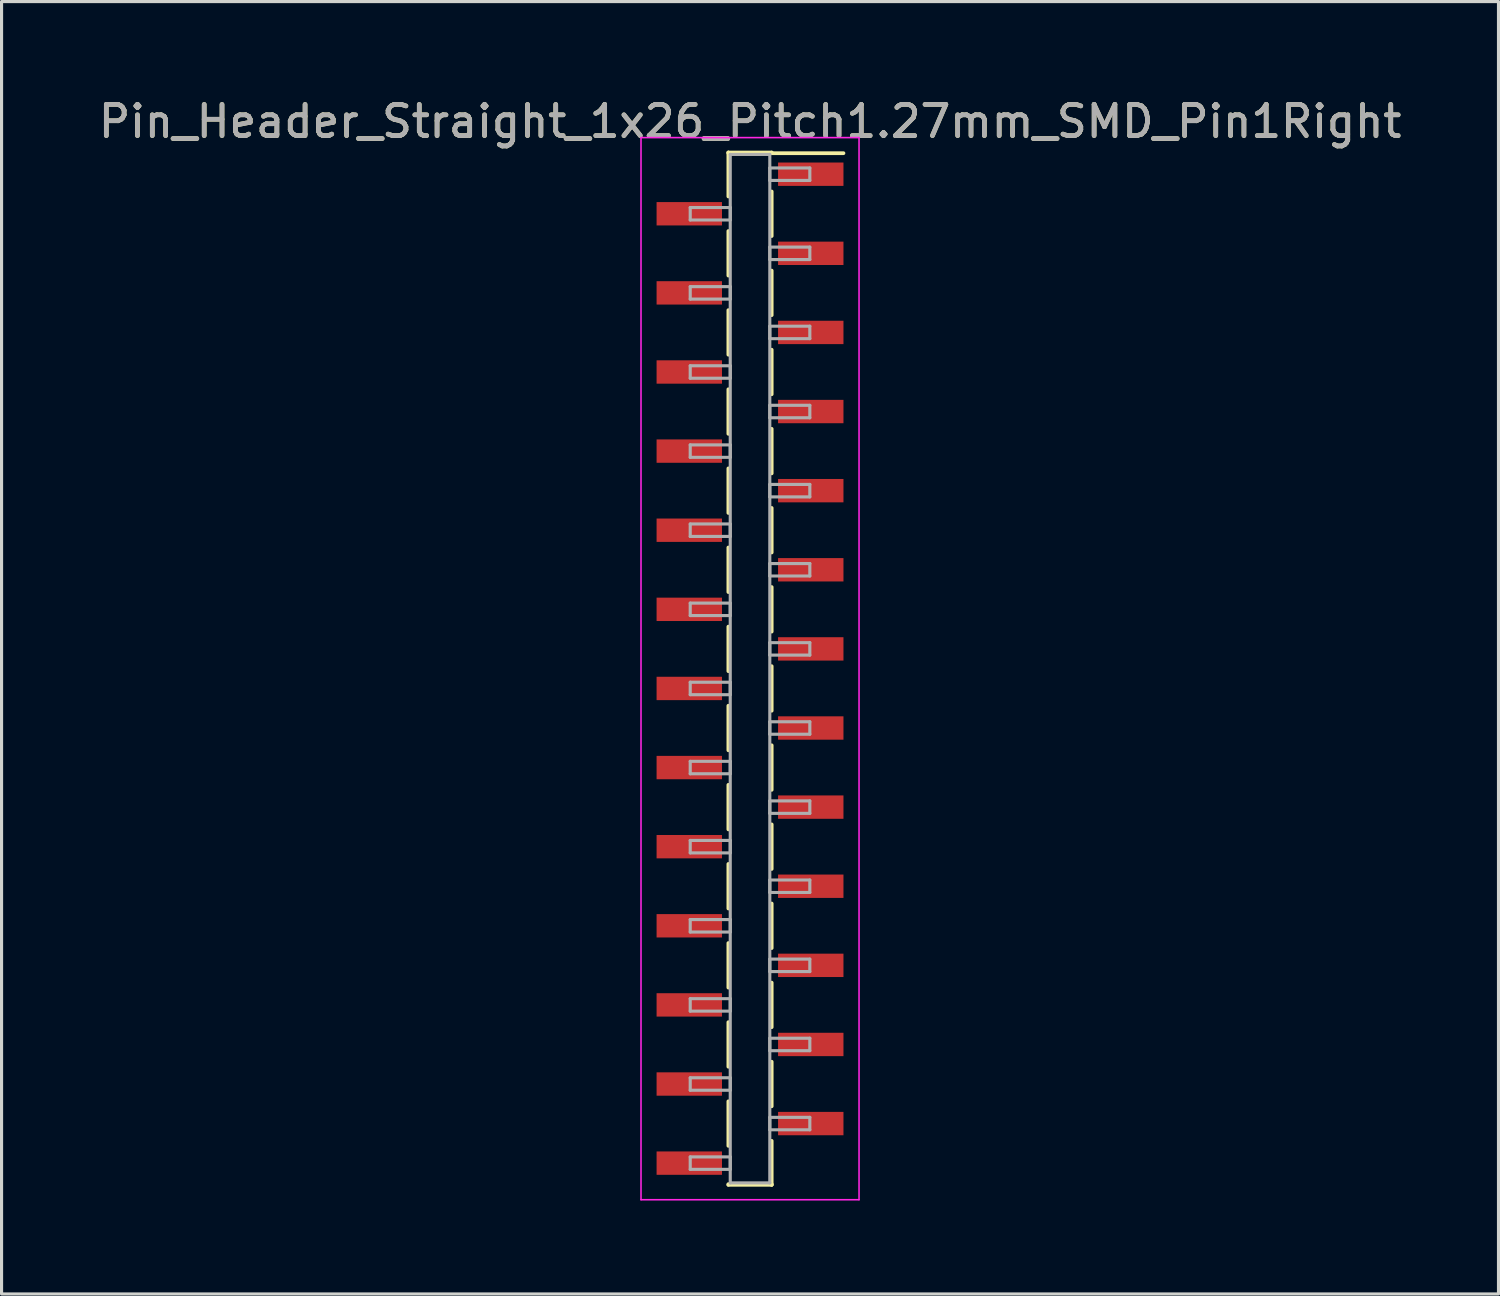
<source format=kicad_pcb>
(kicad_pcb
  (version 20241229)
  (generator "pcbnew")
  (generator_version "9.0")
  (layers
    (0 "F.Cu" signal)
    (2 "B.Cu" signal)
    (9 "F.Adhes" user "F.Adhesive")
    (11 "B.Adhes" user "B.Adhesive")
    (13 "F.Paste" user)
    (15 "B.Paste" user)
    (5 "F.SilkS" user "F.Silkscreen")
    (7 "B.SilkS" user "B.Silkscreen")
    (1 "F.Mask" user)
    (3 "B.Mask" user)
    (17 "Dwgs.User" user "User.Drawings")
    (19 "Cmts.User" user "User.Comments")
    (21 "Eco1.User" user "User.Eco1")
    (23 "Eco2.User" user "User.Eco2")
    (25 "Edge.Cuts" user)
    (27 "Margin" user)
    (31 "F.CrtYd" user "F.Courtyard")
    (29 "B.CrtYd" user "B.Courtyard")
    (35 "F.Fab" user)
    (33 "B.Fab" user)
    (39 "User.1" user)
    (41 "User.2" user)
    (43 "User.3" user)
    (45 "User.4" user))
  (footprint "Pin_Header_Straight_1x26_Pitch1.27mm_SMD_Pin1Right"
    (layer "F.Cu")
    (at 21.03 18.418)
    (property "Reference" "Pin_Header_Straight_1x26_Pitch1.27mm_SMD_Pin1Right" (at 0 -17.57 0) (layer "F.SilkS") (effects (font (size 1 1) (thickness 0.15))))
    (attr smd)
    (fp_line (start -0.695 -16.57) (end -0.695 -15.16) (stroke (width 0.12) (type solid)) (layer "F.SilkS"))
    (fp_line (start -0.695 -16.57) (end 0.695 -16.57) (stroke (width 0.12) (type solid)) (layer "F.SilkS"))
    (fp_line (start -0.695 -16.55) (end -0.695 -16.57) (stroke (width 0.12) (type solid)) (layer "F.SilkS"))
    (fp_line (start -0.695 -14.05) (end -0.695 -12.62) (stroke (width 0.12) (type solid)) (layer "F.SilkS"))
    (fp_line (start -0.695 -11.51) (end -0.695 -10.08) (stroke (width 0.12) (type solid)) (layer "F.SilkS"))
    (fp_line (start -0.695 -8.97) (end -0.695 -7.54) (stroke (width 0.12) (type solid)) (layer "F.SilkS"))
    (fp_line (start -0.695 -6.43) (end -0.695 -5) (stroke (width 0.12) (type solid)) (layer "F.SilkS"))
    (fp_line (start -0.695 -3.89) (end -0.695 -2.46) (stroke (width 0.12) (type solid)) (layer "F.SilkS"))
    (fp_line (start -0.695 -1.35) (end -0.695 0.08) (stroke (width 0.12) (type solid)) (layer "F.SilkS"))
    (fp_line (start -0.695 1.19) (end -0.695 2.62) (stroke (width 0.12) (type solid)) (layer "F.SilkS"))
    (fp_line (start -0.695 3.73) (end -0.695 5.16) (stroke (width 0.12) (type solid)) (layer "F.SilkS"))
    (fp_line (start -0.695 6.27) (end -0.695 7.7) (stroke (width 0.12) (type solid)) (layer "F.SilkS"))
    (fp_line (start -0.695 8.81) (end -0.695 10.24) (stroke (width 0.12) (type solid)) (layer "F.SilkS"))
    (fp_line (start -0.695 11.35) (end -0.695 12.78) (stroke (width 0.12) (type solid)) (layer "F.SilkS"))
    (fp_line (start -0.695 13.89) (end -0.695 15.32) (stroke (width 0.12) (type solid)) (layer "F.SilkS"))
    (fp_line (start -0.695 16.55) (end -0.695 16.57) (stroke (width 0.12) (type solid)) (layer "F.SilkS"))
    (fp_line (start -0.695 16.57) (end 0.695 16.57) (stroke (width 0.12) (type solid)) (layer "F.SilkS"))
    (fp_line (start 0.695 -16.57) (end 0.695 -16.55) (stroke (width 0.12) (type solid)) (layer "F.SilkS"))
    (fp_line (start 0.695 -16.55) (end 3 -16.55) (stroke (width 0.12) (type solid)) (layer "F.SilkS"))
    (fp_line (start 0.695 -15.32) (end 0.695 -13.89) (stroke (width 0.12) (type solid)) (layer "F.SilkS"))
    (fp_line (start 0.695 -12.78) (end 0.695 -11.35) (stroke (width 0.12) (type solid)) (layer "F.SilkS"))
    (fp_line (start 0.695 -10.24) (end 0.695 -8.81) (stroke (width 0.12) (type solid)) (layer "F.SilkS"))
    (fp_line (start 0.695 -7.7) (end 0.695 -6.27) (stroke (width 0.12) (type solid)) (layer "F.SilkS"))
    (fp_line (start 0.695 -5.16) (end 0.695 -3.73) (stroke (width 0.12) (type solid)) (layer "F.SilkS"))
    (fp_line (start 0.695 -2.62) (end 0.695 -1.19) (stroke (width 0.12) (type solid)) (layer "F.SilkS"))
    (fp_line (start 0.695 -0.08) (end 0.695 1.35) (stroke (width 0.12) (type solid)) (layer "F.SilkS"))
    (fp_line (start 0.695 2.46) (end 0.695 3.89) (stroke (width 0.12) (type solid)) (layer "F.SilkS"))
    (fp_line (start 0.695 5) (end 0.695 6.43) (stroke (width 0.12) (type solid)) (layer "F.SilkS"))
    (fp_line (start 0.695 7.54) (end 0.695 8.97) (stroke (width 0.12) (type solid)) (layer "F.SilkS"))
    (fp_line (start 0.695 10.08) (end 0.695 11.51) (stroke (width 0.12) (type solid)) (layer "F.SilkS"))
    (fp_line (start 0.695 12.62) (end 0.695 14.05) (stroke (width 0.12) (type solid)) (layer "F.SilkS"))
    (fp_line (start 0.695 15.16) (end 0.695 16.57) (stroke (width 0.12) (type solid)) (layer "F.SilkS"))
    (fp_line (start 0.695 16.57) (end 0.695 16.55) (stroke (width 0.12) (type solid)) (layer "F.SilkS"))
    (fp_line (start -3.5 -17.05) (end -3.5 17.05) (stroke (width 0.05) (type solid)) (layer "F.CrtYd"))
    (fp_line (start -3.5 17.05) (end 3.5 17.05) (stroke (width 0.05) (type solid)) (layer "F.CrtYd"))
    (fp_line (start 3.5 -17.05) (end -3.5 -17.05) (stroke (width 0.05) (type solid)) (layer "F.CrtYd"))
    (fp_line (start 3.5 17.05) (end 3.5 -17.05) (stroke (width 0.05) (type solid)) (layer "F.CrtYd"))
    (fp_line (start -1.92 -14.805) (end -0.635 -14.805) (stroke (width 0.1) (type solid)) (layer "F.Fab"))
    (fp_line (start -1.92 -14.405) (end -1.92 -14.805) (stroke (width 0.1) (type solid)) (layer "F.Fab"))
    (fp_line (start -1.92 -12.265) (end -0.635 -12.265) (stroke (width 0.1) (type solid)) (layer "F.Fab"))
    (fp_line (start -1.92 -11.865) (end -1.92 -12.265) (stroke (width 0.1) (type solid)) (layer "F.Fab"))
    (fp_line (start -1.92 -9.725) (end -0.635 -9.725) (stroke (width 0.1) (type solid)) (layer "F.Fab"))
    (fp_line (start -1.92 -9.325) (end -1.92 -9.725) (stroke (width 0.1) (type solid)) (layer "F.Fab"))
    (fp_line (start -1.92 -7.185) (end -0.635 -7.185) (stroke (width 0.1) (type solid)) (layer "F.Fab"))
    (fp_line (start -1.92 -6.785) (end -1.92 -7.185) (stroke (width 0.1) (type solid)) (layer "F.Fab"))
    (fp_line (start -1.92 -4.645) (end -0.635 -4.645) (stroke (width 0.1) (type solid)) (layer "F.Fab"))
    (fp_line (start -1.92 -4.245) (end -1.92 -4.645) (stroke (width 0.1) (type solid)) (layer "F.Fab"))
    (fp_line (start -1.92 -2.105) (end -0.635 -2.105) (stroke (width 0.1) (type solid)) (layer "F.Fab"))
    (fp_line (start -1.92 -1.705) (end -1.92 -2.105) (stroke (width 0.1) (type solid)) (layer "F.Fab"))
    (fp_line (start -1.92 0.435) (end -0.635 0.435) (stroke (width 0.1) (type solid)) (layer "F.Fab"))
    (fp_line (start -1.92 0.835) (end -1.92 0.435) (stroke (width 0.1) (type solid)) (layer "F.Fab"))
    (fp_line (start -1.92 2.975) (end -0.635 2.975) (stroke (width 0.1) (type solid)) (layer "F.Fab"))
    (fp_line (start -1.92 3.375) (end -1.92 2.975) (stroke (width 0.1) (type solid)) (layer "F.Fab"))
    (fp_line (start -1.92 5.515) (end -0.635 5.515) (stroke (width 0.1) (type solid)) (layer "F.Fab"))
    (fp_line (start -1.92 5.915) (end -1.92 5.515) (stroke (width 0.1) (type solid)) (layer "F.Fab"))
    (fp_line (start -1.92 8.055) (end -0.635 8.055) (stroke (width 0.1) (type solid)) (layer "F.Fab"))
    (fp_line (start -1.92 8.455) (end -1.92 8.055) (stroke (width 0.1) (type solid)) (layer "F.Fab"))
    (fp_line (start -1.92 10.595) (end -0.635 10.595) (stroke (width 0.1) (type solid)) (layer "F.Fab"))
    (fp_line (start -1.92 10.995) (end -1.92 10.595) (stroke (width 0.1) (type solid)) (layer "F.Fab"))
    (fp_line (start -1.92 13.135) (end -0.635 13.135) (stroke (width 0.1) (type solid)) (layer "F.Fab"))
    (fp_line (start -1.92 13.535) (end -1.92 13.135) (stroke (width 0.1) (type solid)) (layer "F.Fab"))
    (fp_line (start -1.92 15.675) (end -0.635 15.675) (stroke (width 0.1) (type solid)) (layer "F.Fab"))
    (fp_line (start -1.92 16.075) (end -1.92 15.675) (stroke (width 0.1) (type solid)) (layer "F.Fab"))
    (fp_line (start -0.635 -16.51) (end -0.635 16.51) (stroke (width 0.1) (type solid)) (layer "F.Fab"))
    (fp_line (start -0.635 -14.805) (end -0.635 -14.405) (stroke (width 0.1) (type solid)) (layer "F.Fab"))
    (fp_line (start -0.635 -14.405) (end -1.92 -14.405) (stroke (width 0.1) (type solid)) (layer "F.Fab"))
    (fp_line (start -0.635 -12.265) (end -0.635 -11.865) (stroke (width 0.1) (type solid)) (layer "F.Fab"))
    (fp_line (start -0.635 -11.865) (end -1.92 -11.865) (stroke (width 0.1) (type solid)) (layer "F.Fab"))
    (fp_line (start -0.635 -9.725) (end -0.635 -9.325) (stroke (width 0.1) (type solid)) (layer "F.Fab"))
    (fp_line (start -0.635 -9.325) (end -1.92 -9.325) (stroke (width 0.1) (type solid)) (layer "F.Fab"))
    (fp_line (start -0.635 -7.185) (end -0.635 -6.785) (stroke (width 0.1) (type solid)) (layer "F.Fab"))
    (fp_line (start -0.635 -6.785) (end -1.92 -6.785) (stroke (width 0.1) (type solid)) (layer "F.Fab"))
    (fp_line (start -0.635 -4.645) (end -0.635 -4.245) (stroke (width 0.1) (type solid)) (layer "F.Fab"))
    (fp_line (start -0.635 -4.245) (end -1.92 -4.245) (stroke (width 0.1) (type solid)) (layer "F.Fab"))
    (fp_line (start -0.635 -2.105) (end -0.635 -1.705) (stroke (width 0.1) (type solid)) (layer "F.Fab"))
    (fp_line (start -0.635 -1.705) (end -1.92 -1.705) (stroke (width 0.1) (type solid)) (layer "F.Fab"))
    (fp_line (start -0.635 0.435) (end -0.635 0.835) (stroke (width 0.1) (type solid)) (layer "F.Fab"))
    (fp_line (start -0.635 0.835) (end -1.92 0.835) (stroke (width 0.1) (type solid)) (layer "F.Fab"))
    (fp_line (start -0.635 2.975) (end -0.635 3.375) (stroke (width 0.1) (type solid)) (layer "F.Fab"))
    (fp_line (start -0.635 3.375) (end -1.92 3.375) (stroke (width 0.1) (type solid)) (layer "F.Fab"))
    (fp_line (start -0.635 5.515) (end -0.635 5.915) (stroke (width 0.1) (type solid)) (layer "F.Fab"))
    (fp_line (start -0.635 5.915) (end -1.92 5.915) (stroke (width 0.1) (type solid)) (layer "F.Fab"))
    (fp_line (start -0.635 8.055) (end -0.635 8.455) (stroke (width 0.1) (type solid)) (layer "F.Fab"))
    (fp_line (start -0.635 8.455) (end -1.92 8.455) (stroke (width 0.1) (type solid)) (layer "F.Fab"))
    (fp_line (start -0.635 10.595) (end -0.635 10.995) (stroke (width 0.1) (type solid)) (layer "F.Fab"))
    (fp_line (start -0.635 10.995) (end -1.92 10.995) (stroke (width 0.1) (type solid)) (layer "F.Fab"))
    (fp_line (start -0.635 13.135) (end -0.635 13.535) (stroke (width 0.1) (type solid)) (layer "F.Fab"))
    (fp_line (start -0.635 13.535) (end -1.92 13.535) (stroke (width 0.1) (type solid)) (layer "F.Fab"))
    (fp_line (start -0.635 15.675) (end -0.635 16.075) (stroke (width 0.1) (type solid)) (layer "F.Fab"))
    (fp_line (start -0.635 16.075) (end -1.92 16.075) (stroke (width 0.1) (type solid)) (layer "F.Fab"))
    (fp_line (start -0.635 16.51) (end 0.635 16.51) (stroke (width 0.1) (type solid)) (layer "F.Fab"))
    (fp_line (start 0.635 -16.51) (end -0.635 -16.51) (stroke (width 0.1) (type solid)) (layer "F.Fab"))
    (fp_line (start 0.635 -16.075) (end 0.635 -15.675) (stroke (width 0.1) (type solid)) (layer "F.Fab"))
    (fp_line (start 0.635 -15.675) (end 1.92 -15.675) (stroke (width 0.1) (type solid)) (layer "F.Fab"))
    (fp_line (start 0.635 -13.535) (end 0.635 -13.135) (stroke (width 0.1) (type solid)) (layer "F.Fab"))
    (fp_line (start 0.635 -13.135) (end 1.92 -13.135) (stroke (width 0.1) (type solid)) (layer "F.Fab"))
    (fp_line (start 0.635 -10.995) (end 0.635 -10.595) (stroke (width 0.1) (type solid)) (layer "F.Fab"))
    (fp_line (start 0.635 -10.595) (end 1.92 -10.595) (stroke (width 0.1) (type solid)) (layer "F.Fab"))
    (fp_line (start 0.635 -8.455) (end 0.635 -8.055) (stroke (width 0.1) (type solid)) (layer "F.Fab"))
    (fp_line (start 0.635 -8.055) (end 1.92 -8.055) (stroke (width 0.1) (type solid)) (layer "F.Fab"))
    (fp_line (start 0.635 -5.915) (end 0.635 -5.515) (stroke (width 0.1) (type solid)) (layer "F.Fab"))
    (fp_line (start 0.635 -5.515) (end 1.92 -5.515) (stroke (width 0.1) (type solid)) (layer "F.Fab"))
    (fp_line (start 0.635 -3.375) (end 0.635 -2.975) (stroke (width 0.1) (type solid)) (layer "F.Fab"))
    (fp_line (start 0.635 -2.975) (end 1.92 -2.975) (stroke (width 0.1) (type solid)) (layer "F.Fab"))
    (fp_line (start 0.635 -0.835) (end 0.635 -0.435) (stroke (width 0.1) (type solid)) (layer "F.Fab"))
    (fp_line (start 0.635 -0.435) (end 1.92 -0.435) (stroke (width 0.1) (type solid)) (layer "F.Fab"))
    (fp_line (start 0.635 1.705) (end 0.635 2.105) (stroke (width 0.1) (type solid)) (layer "F.Fab"))
    (fp_line (start 0.635 2.105) (end 1.92 2.105) (stroke (width 0.1) (type solid)) (layer "F.Fab"))
    (fp_line (start 0.635 4.245) (end 0.635 4.645) (stroke (width 0.1) (type solid)) (layer "F.Fab"))
    (fp_line (start 0.635 4.645) (end 1.92 4.645) (stroke (width 0.1) (type solid)) (layer "F.Fab"))
    (fp_line (start 0.635 6.785) (end 0.635 7.185) (stroke (width 0.1) (type solid)) (layer "F.Fab"))
    (fp_line (start 0.635 7.185) (end 1.92 7.185) (stroke (width 0.1) (type solid)) (layer "F.Fab"))
    (fp_line (start 0.635 9.325) (end 0.635 9.725) (stroke (width 0.1) (type solid)) (layer "F.Fab"))
    (fp_line (start 0.635 9.725) (end 1.92 9.725) (stroke (width 0.1) (type solid)) (layer "F.Fab"))
    (fp_line (start 0.635 11.865) (end 0.635 12.265) (stroke (width 0.1) (type solid)) (layer "F.Fab"))
    (fp_line (start 0.635 12.265) (end 1.92 12.265) (stroke (width 0.1) (type solid)) (layer "F.Fab"))
    (fp_line (start 0.635 14.405) (end 0.635 14.805) (stroke (width 0.1) (type solid)) (layer "F.Fab"))
    (fp_line (start 0.635 14.805) (end 1.92 14.805) (stroke (width 0.1) (type solid)) (layer "F.Fab"))
    (fp_line (start 0.635 16.51) (end 0.635 -16.51) (stroke (width 0.1) (type solid)) (layer "F.Fab"))
    (fp_line (start 1.92 -16.075) (end 0.635 -16.075) (stroke (width 0.1) (type solid)) (layer "F.Fab"))
    (fp_line (start 1.92 -15.675) (end 1.92 -16.075) (stroke (width 0.1) (type solid)) (layer "F.Fab"))
    (fp_line (start 1.92 -13.535) (end 0.635 -13.535) (stroke (width 0.1) (type solid)) (layer "F.Fab"))
    (fp_line (start 1.92 -13.135) (end 1.92 -13.535) (stroke (width 0.1) (type solid)) (layer "F.Fab"))
    (fp_line (start 1.92 -10.995) (end 0.635 -10.995) (stroke (width 0.1) (type solid)) (layer "F.Fab"))
    (fp_line (start 1.92 -10.595) (end 1.92 -10.995) (stroke (width 0.1) (type solid)) (layer "F.Fab"))
    (fp_line (start 1.92 -8.455) (end 0.635 -8.455) (stroke (width 0.1) (type solid)) (layer "F.Fab"))
    (fp_line (start 1.92 -8.055) (end 1.92 -8.455) (stroke (width 0.1) (type solid)) (layer "F.Fab"))
    (fp_line (start 1.92 -5.915) (end 0.635 -5.915) (stroke (width 0.1) (type solid)) (layer "F.Fab"))
    (fp_line (start 1.92 -5.515) (end 1.92 -5.915) (stroke (width 0.1) (type solid)) (layer "F.Fab"))
    (fp_line (start 1.92 -3.375) (end 0.635 -3.375) (stroke (width 0.1) (type solid)) (layer "F.Fab"))
    (fp_line (start 1.92 -2.975) (end 1.92 -3.375) (stroke (width 0.1) (type solid)) (layer "F.Fab"))
    (fp_line (start 1.92 -0.835) (end 0.635 -0.835) (stroke (width 0.1) (type solid)) (layer "F.Fab"))
    (fp_line (start 1.92 -0.435) (end 1.92 -0.835) (stroke (width 0.1) (type solid)) (layer "F.Fab"))
    (fp_line (start 1.92 1.705) (end 0.635 1.705) (stroke (width 0.1) (type solid)) (layer "F.Fab"))
    (fp_line (start 1.92 2.105) (end 1.92 1.705) (stroke (width 0.1) (type solid)) (layer "F.Fab"))
    (fp_line (start 1.92 4.245) (end 0.635 4.245) (stroke (width 0.1) (type solid)) (layer "F.Fab"))
    (fp_line (start 1.92 4.645) (end 1.92 4.245) (stroke (width 0.1) (type solid)) (layer "F.Fab"))
    (fp_line (start 1.92 6.785) (end 0.635 6.785) (stroke (width 0.1) (type solid)) (layer "F.Fab"))
    (fp_line (start 1.92 7.185) (end 1.92 6.785) (stroke (width 0.1) (type solid)) (layer "F.Fab"))
    (fp_line (start 1.92 9.325) (end 0.635 9.325) (stroke (width 0.1) (type solid)) (layer "F.Fab"))
    (fp_line (start 1.92 9.725) (end 1.92 9.325) (stroke (width 0.1) (type solid)) (layer "F.Fab"))
    (fp_line (start 1.92 11.865) (end 0.635 11.865) (stroke (width 0.1) (type solid)) (layer "F.Fab"))
    (fp_line (start 1.92 12.265) (end 1.92 11.865) (stroke (width 0.1) (type solid)) (layer "F.Fab"))
    (fp_line (start 1.92 14.405) (end 0.635 14.405) (stroke (width 0.1) (type solid)) (layer "F.Fab"))
    (fp_line (start 1.92 14.805) (end 1.92 14.405) (stroke (width 0.1) (type solid)) (layer "F.Fab"))
    (fp_text user "${REFERENCE}" (at 0 -17.57 0) (layer "F.Fab") (effects (font (size 1 1) (thickness 0.15))))
    (pad "1" smd rect (at 1.95 -15.875) (size 2.1 0.75) (layers "F.Cu" "F.Mask" "F.Paste"))
    (pad "2" smd rect (at -1.95 -14.605) (size 2.1 0.75) (layers "F.Cu" "F.Mask" "F.Paste"))
    (pad "3" smd rect (at 1.95 -13.335) (size 2.1 0.75) (layers "F.Cu" "F.Mask" "F.Paste"))
    (pad "4" smd rect (at -1.95 -12.065) (size 2.1 0.75) (layers "F.Cu" "F.Mask" "F.Paste"))
    (pad "5" smd rect (at 1.95 -10.795) (size 2.1 0.75) (layers "F.Cu" "F.Mask" "F.Paste"))
    (pad "6" smd rect (at -1.95 -9.525) (size 2.1 0.75) (layers "F.Cu" "F.Mask" "F.Paste"))
    (pad "7" smd rect (at 1.95 -8.255) (size 2.1 0.75) (layers "F.Cu" "F.Mask" "F.Paste"))
    (pad "8" smd rect (at -1.95 -6.985) (size 2.1 0.75) (layers "F.Cu" "F.Mask" "F.Paste"))
    (pad "9" smd rect (at 1.95 -5.715) (size 2.1 0.75) (layers "F.Cu" "F.Mask" "F.Paste"))
    (pad "10" smd rect (at -1.95 -4.445) (size 2.1 0.75) (layers "F.Cu" "F.Mask" "F.Paste"))
    (pad "11" smd rect (at 1.95 -3.175) (size 2.1 0.75) (layers "F.Cu" "F.Mask" "F.Paste"))
    (pad "12" smd rect (at -1.95 -1.905) (size 2.1 0.75) (layers "F.Cu" "F.Mask" "F.Paste"))
    (pad "13" smd rect (at 1.95 -0.635) (size 2.1 0.75) (layers "F.Cu" "F.Mask" "F.Paste"))
    (pad "14" smd rect (at -1.95 0.635) (size 2.1 0.75) (layers "F.Cu" "F.Mask" "F.Paste"))
    (pad "15" smd rect (at 1.95 1.905) (size 2.1 0.75) (layers "F.Cu" "F.Mask" "F.Paste"))
    (pad "16" smd rect (at -1.95 3.175) (size 2.1 0.75) (layers "F.Cu" "F.Mask" "F.Paste"))
    (pad "17" smd rect (at 1.95 4.445) (size 2.1 0.75) (layers "F.Cu" "F.Mask" "F.Paste"))
    (pad "18" smd rect (at -1.95 5.715) (size 2.1 0.75) (layers "F.Cu" "F.Mask" "F.Paste"))
    (pad "19" smd rect (at 1.95 6.985) (size 2.1 0.75) (layers "F.Cu" "F.Mask" "F.Paste"))
    (pad "20" smd rect (at -1.95 8.255) (size 2.1 0.75) (layers "F.Cu" "F.Mask" "F.Paste"))
    (pad "21" smd rect (at 1.95 9.525) (size 2.1 0.75) (layers "F.Cu" "F.Mask" "F.Paste"))
    (pad "22" smd rect (at -1.95 10.795) (size 2.1 0.75) (layers "F.Cu" "F.Mask" "F.Paste"))
    (pad "23" smd rect (at 1.95 12.065) (size 2.1 0.75) (layers "F.Cu" "F.Mask" "F.Paste"))
    (pad "24" smd rect (at -1.95 13.335) (size 2.1 0.75) (layers "F.Cu" "F.Mask" "F.Paste"))
    (pad "25" smd rect (at 1.95 14.605) (size 2.1 0.75) (layers "F.Cu" "F.Mask" "F.Paste"))
    (pad "26" smd rect (at -1.95 15.875) (size 2.1 0.75) (layers "F.Cu" "F.Mask" "F.Paste")))
  (gr_rect
    (start -3 -3)
    (end 45.06 38.493)
    (stroke (width 0.1) (type default))
    (fill no)
    (layer "Edge.Cuts")))
</source>
